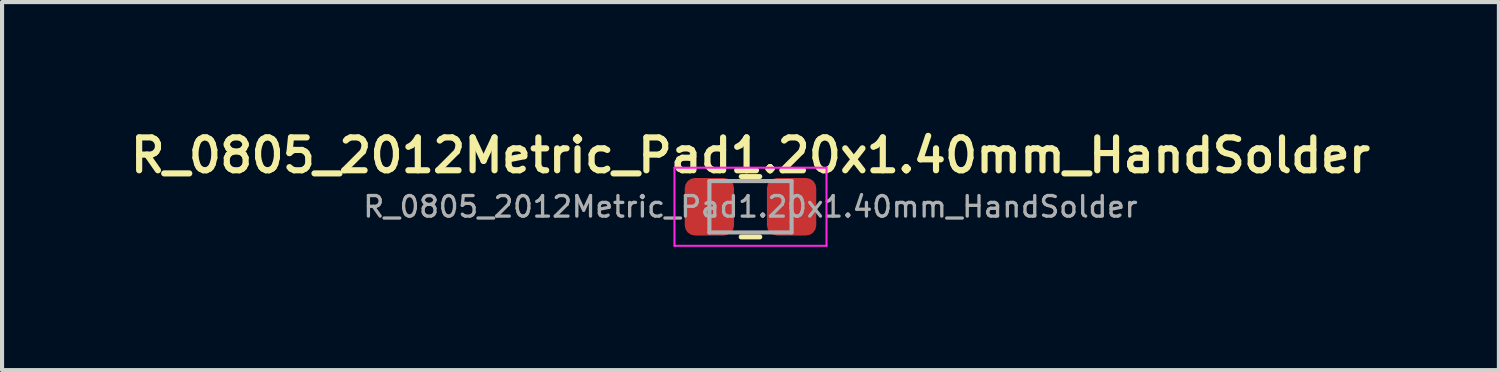
<source format=kicad_pcb>
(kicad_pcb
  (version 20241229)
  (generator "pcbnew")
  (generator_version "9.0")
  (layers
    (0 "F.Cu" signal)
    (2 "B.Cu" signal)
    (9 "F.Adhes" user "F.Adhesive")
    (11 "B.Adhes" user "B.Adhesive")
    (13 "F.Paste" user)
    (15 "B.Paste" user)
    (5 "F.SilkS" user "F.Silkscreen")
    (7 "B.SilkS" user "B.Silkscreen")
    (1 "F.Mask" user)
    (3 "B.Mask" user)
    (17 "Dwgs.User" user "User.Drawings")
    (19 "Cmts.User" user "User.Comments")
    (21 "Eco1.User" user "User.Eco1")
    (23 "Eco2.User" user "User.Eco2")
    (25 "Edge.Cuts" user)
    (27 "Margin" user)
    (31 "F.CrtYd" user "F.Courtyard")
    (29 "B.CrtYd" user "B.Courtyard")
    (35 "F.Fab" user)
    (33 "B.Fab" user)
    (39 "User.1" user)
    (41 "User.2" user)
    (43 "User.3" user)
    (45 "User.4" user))
  (footprint "R_0805_2012Metric_Pad1.20x1.40mm_HandSolder"
    (layer "F.Cu")
    (at 15.212 1.981)
    (property "Reference" "R_0805_2012Metric_Pad1.20x1.40mm_HandSolder" (at 0 -1.25 0) (unlocked yes) (layer "F.SilkS") (effects (font (size 0.8 0.8) (thickness 0.15))))
    (attr smd)
    (fp_line (start -0.227 -0.735) (end 0.227 -0.735) (stroke (width 0.12) (type solid)) (layer "F.SilkS"))
    (fp_line (start -0.227 0.735) (end 0.227 0.735) (stroke (width 0.12) (type solid)) (layer "F.SilkS"))
    (fp_line (start -1.85 -0.95) (end 1.85 -0.95) (stroke (width 0.05) (type solid)) (layer "F.CrtYd"))
    (fp_line (start -1.85 0.95) (end -1.85 -0.95) (stroke (width 0.05) (type solid)) (layer "F.CrtYd"))
    (fp_line (start 1.85 -0.95) (end 1.85 0.95) (stroke (width 0.05) (type solid)) (layer "F.CrtYd"))
    (fp_line (start 1.85 0.95) (end -1.85 0.95) (stroke (width 0.05) (type solid)) (layer "F.CrtYd"))
    (fp_line (start -1 -0.625) (end 1 -0.625) (stroke (width 0.1) (type solid)) (layer "F.Fab"))
    (fp_line (start -1 0.625) (end -1 -0.625) (stroke (width 0.1) (type solid)) (layer "F.Fab"))
    (fp_line (start 1 -0.625) (end 1 0.625) (stroke (width 0.1) (type solid)) (layer "F.Fab"))
    (fp_line (start 1 0.625) (end -1 0.625) (stroke (width 0.1) (type solid)) (layer "F.Fab"))
    (fp_text user "${REFERENCE}" (at 0 0 0) (layer "F.Fab") (effects (font (size 0.5 0.5) (thickness 0.08))))
    (pad "1" smd roundrect (at -1 0) (size 1.2 1.4) (layers "F.Cu" "F.Mask" "F.Paste") (roundrect_rratio 0.208))
    (pad "2" smd roundrect (at 1 0) (size 1.2 1.4) (layers "F.Cu" "F.Mask" "F.Paste") (roundrect_rratio 0.208)))
  (gr_rect
    (start -3 -3)
    (end 33.423 5.956)
    (stroke (width 0.1) (type default))
    (fill no)
    (layer "Edge.Cuts")))
</source>
